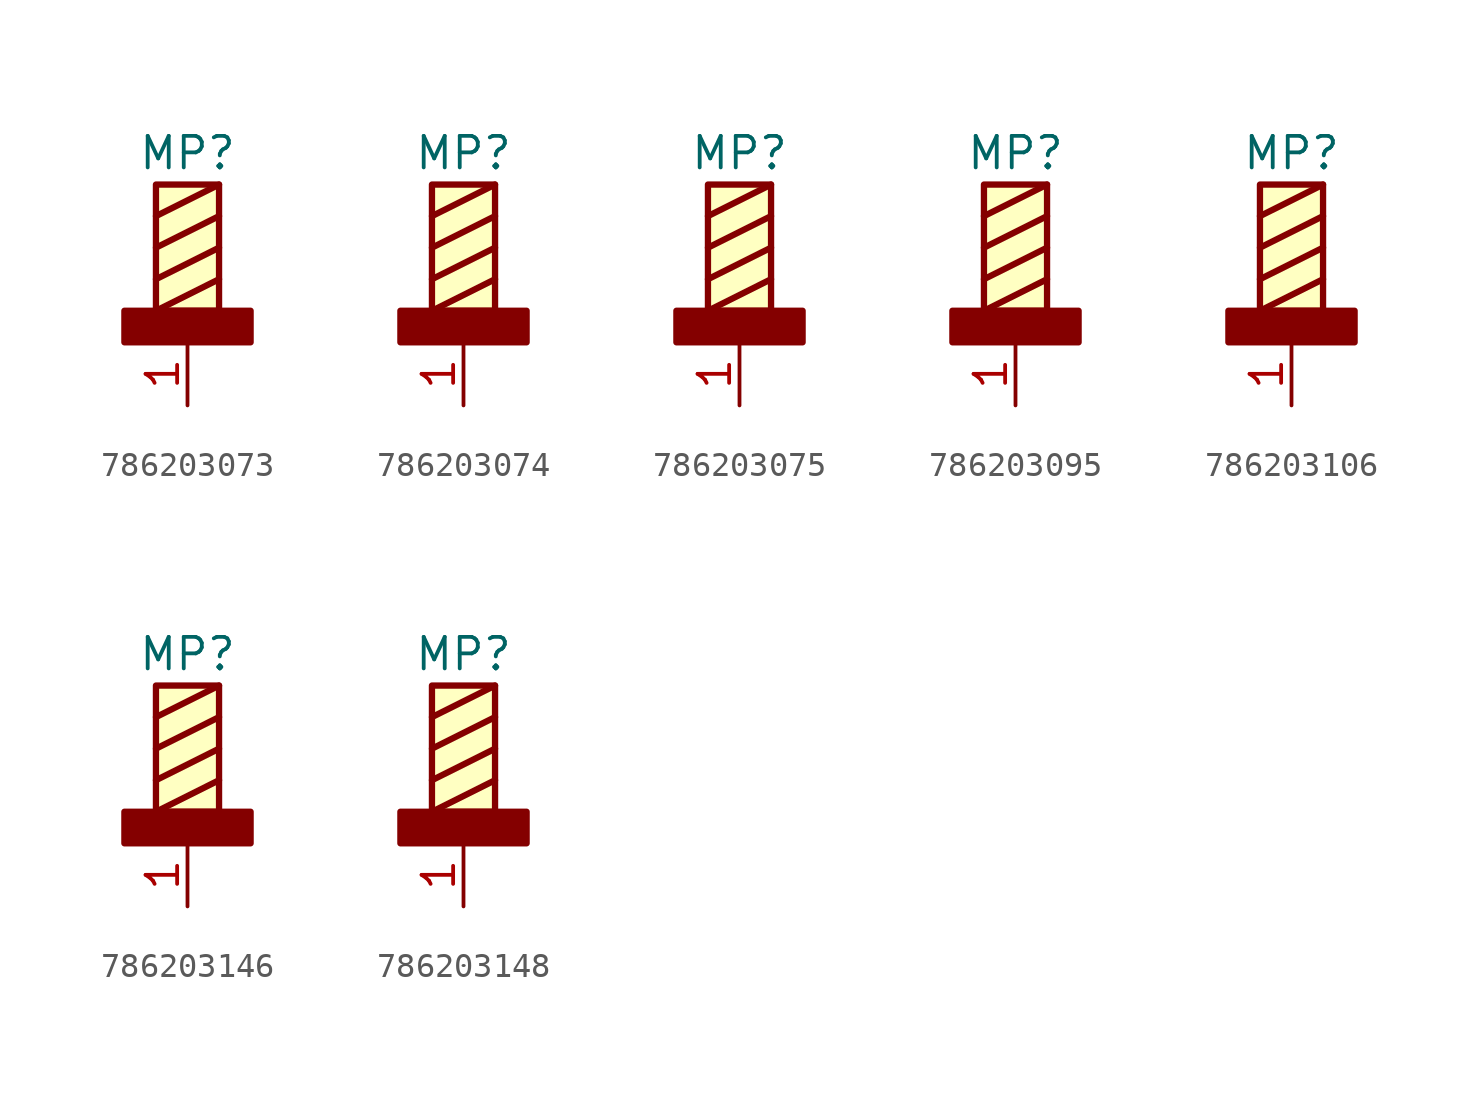
<source format=kicad_sym>
(kicad_symbol_lib
  (version 20220914)
  (generator kicad_symbol_editor)
  (symbol "786203073"
    (pin_names hide)
    (property "Reference" "MP"
      (at 0 5.08 0)
      (effects (font (size 1.27 1.27))))
    (symbol "786203073_0_0"
      (rectangle (start -1.27 3.81) (end 1.27 -1.27) (stroke (width 0.254) (type default)) (fill (type background)))
      (polyline (pts (xy -1.27 2.54) (xy 1.27 3.81)) (stroke (width 0.254) (type default)) (fill (type none)))
      (polyline (pts (xy 1.27 0) (xy -1.27 -1.27)) (stroke (width 0.254) (type default)) (fill (type none)))
      (polyline (pts (xy 1.27 1.27) (xy -1.27 0)) (stroke (width 0.254) (type default)) (fill (type none)))
      (polyline (pts (xy 1.27 2.54) (xy -1.27 1.27)) (stroke (width 0.254) (type default)) (fill (type none))))
    (symbol "786203073_1_0"
      (rectangle (start -2.54 -1.27) (end 2.54 -2.54) (stroke (width 0.254) (type default)) (fill (type outline)))
      (pin passive line (at 0 -5.08 90) (length 2.54) (name "1" (effects (font (size 1.27 1.27)))) (number "1" (effects (font (size 1.27 1.27)))))))
  (symbol "786203074"
    (pin_names hide)
    (property "Reference" "MP"
      (at 0 5.08 0)
      (effects (font (size 1.27 1.27))))
    (symbol "786203074_0_0"
      (rectangle (start -1.27 3.81) (end 1.27 -1.27) (stroke (width 0.254) (type default)) (fill (type background)))
      (polyline (pts (xy -1.27 2.54) (xy 1.27 3.81)) (stroke (width 0.254) (type default)) (fill (type none)))
      (polyline (pts (xy 1.27 0) (xy -1.27 -1.27)) (stroke (width 0.254) (type default)) (fill (type none)))
      (polyline (pts (xy 1.27 1.27) (xy -1.27 0)) (stroke (width 0.254) (type default)) (fill (type none)))
      (polyline (pts (xy 1.27 2.54) (xy -1.27 1.27)) (stroke (width 0.254) (type default)) (fill (type none))))
    (symbol "786203074_1_0"
      (rectangle (start -2.54 -1.27) (end 2.54 -2.54) (stroke (width 0.254) (type default)) (fill (type outline)))
      (pin passive line (at 0 -5.08 90) (length 2.54) (name "1" (effects (font (size 1.27 1.27)))) (number "1" (effects (font (size 1.27 1.27)))))))
  (symbol "786203075"
    (pin_names hide)
    (property "Reference" "MP"
      (at 0 5.08 0)
      (effects (font (size 1.27 1.27))))
    (symbol "786203075_0_0"
      (rectangle (start -1.27 3.81) (end 1.27 -1.27) (stroke (width 0.254) (type default)) (fill (type background)))
      (polyline (pts (xy -1.27 2.54) (xy 1.27 3.81)) (stroke (width 0.254) (type default)) (fill (type none)))
      (polyline (pts (xy 1.27 0) (xy -1.27 -1.27)) (stroke (width 0.254) (type default)) (fill (type none)))
      (polyline (pts (xy 1.27 1.27) (xy -1.27 0)) (stroke (width 0.254) (type default)) (fill (type none)))
      (polyline (pts (xy 1.27 2.54) (xy -1.27 1.27)) (stroke (width 0.254) (type default)) (fill (type none))))
    (symbol "786203075_1_0"
      (rectangle (start -2.54 -1.27) (end 2.54 -2.54) (stroke (width 0.254) (type default)) (fill (type outline)))
      (pin passive line (at 0 -5.08 90) (length 2.54) (name "1" (effects (font (size 1.27 1.27)))) (number "1" (effects (font (size 1.27 1.27)))))))
  (symbol "786203095"
    (pin_names hide)
    (property "Reference" "MP"
      (at 0 5.08 0)
      (effects (font (size 1.27 1.27))))
    (symbol "786203095_0_0"
      (rectangle (start -1.27 3.81) (end 1.27 -1.27) (stroke (width 0.254) (type default)) (fill (type background)))
      (polyline (pts (xy -1.27 2.54) (xy 1.27 3.81)) (stroke (width 0.254) (type default)) (fill (type none)))
      (polyline (pts (xy 1.27 0) (xy -1.27 -1.27)) (stroke (width 0.254) (type default)) (fill (type none)))
      (polyline (pts (xy 1.27 1.27) (xy -1.27 0)) (stroke (width 0.254) (type default)) (fill (type none)))
      (polyline (pts (xy 1.27 2.54) (xy -1.27 1.27)) (stroke (width 0.254) (type default)) (fill (type none))))
    (symbol "786203095_1_0"
      (rectangle (start -2.54 -1.27) (end 2.54 -2.54) (stroke (width 0.254) (type default)) (fill (type outline)))
      (pin passive line (at 0 -5.08 90) (length 2.54) (name "1" (effects (font (size 1.27 1.27)))) (number "1" (effects (font (size 1.27 1.27)))))))
  (symbol "786203106"
    (pin_names hide)
    (property "Reference" "MP"
      (at 0 5.08 0)
      (effects (font (size 1.27 1.27))))
    (symbol "786203106_0_0"
      (rectangle (start -1.27 3.81) (end 1.27 -1.27) (stroke (width 0.254) (type default)) (fill (type background)))
      (polyline (pts (xy -1.27 2.54) (xy 1.27 3.81)) (stroke (width 0.254) (type default)) (fill (type none)))
      (polyline (pts (xy 1.27 0) (xy -1.27 -1.27)) (stroke (width 0.254) (type default)) (fill (type none)))
      (polyline (pts (xy 1.27 1.27) (xy -1.27 0)) (stroke (width 0.254) (type default)) (fill (type none)))
      (polyline (pts (xy 1.27 2.54) (xy -1.27 1.27)) (stroke (width 0.254) (type default)) (fill (type none))))
    (symbol "786203106_1_0"
      (rectangle (start -2.54 -1.27) (end 2.54 -2.54) (stroke (width 0.254) (type default)) (fill (type outline)))
      (pin passive line (at 0 -5.08 90) (length 2.54) (name "1" (effects (font (size 1.27 1.27)))) (number "1" (effects (font (size 1.27 1.27)))))))
  (symbol "786203146"
    (pin_names hide)
    (property "Reference" "MP"
      (at 0 5.08 0)
      (effects (font (size 1.27 1.27))))
    (symbol "786203146_0_0"
      (rectangle (start -1.27 3.81) (end 1.27 -1.27) (stroke (width 0.254) (type default)) (fill (type background)))
      (polyline (pts (xy -1.27 2.54) (xy 1.27 3.81)) (stroke (width 0.254) (type default)) (fill (type none)))
      (polyline (pts (xy 1.27 0) (xy -1.27 -1.27)) (stroke (width 0.254) (type default)) (fill (type none)))
      (polyline (pts (xy 1.27 1.27) (xy -1.27 0)) (stroke (width 0.254) (type default)) (fill (type none)))
      (polyline (pts (xy 1.27 2.54) (xy -1.27 1.27)) (stroke (width 0.254) (type default)) (fill (type none))))
    (symbol "786203146_1_0"
      (rectangle (start -2.54 -1.27) (end 2.54 -2.54) (stroke (width 0.254) (type default)) (fill (type outline)))
      (pin passive line (at 0 -5.08 90) (length 2.54) (name "1" (effects (font (size 1.27 1.27)))) (number "1" (effects (font (size 1.27 1.27)))))))
  (symbol "786203148"
    (pin_names hide)
    (property "Reference" "MP"
      (at 0 5.08 0)
      (effects (font (size 1.27 1.27))))
    (symbol "786203148_0_0"
      (rectangle (start -1.27 3.81) (end 1.27 -1.27) (stroke (width 0.254) (type default)) (fill (type background)))
      (polyline (pts (xy -1.27 2.54) (xy 1.27 3.81)) (stroke (width 0.254) (type default)) (fill (type none)))
      (polyline (pts (xy 1.27 0) (xy -1.27 -1.27)) (stroke (width 0.254) (type default)) (fill (type none)))
      (polyline (pts (xy 1.27 1.27) (xy -1.27 0)) (stroke (width 0.254) (type default)) (fill (type none)))
      (polyline (pts (xy 1.27 2.54) (xy -1.27 1.27)) (stroke (width 0.254) (type default)) (fill (type none))))
    (symbol "786203148_1_0"
      (rectangle (start -2.54 -1.27) (end 2.54 -2.54) (stroke (width 0.254) (type default)) (fill (type outline)))
      (pin passive line (at 0 -5.08 90) (length 2.54) (name "1" (effects (font (size 1.27 1.27)))) (number "1" (effects (font (size 1.27 1.27))))))))
</source>
